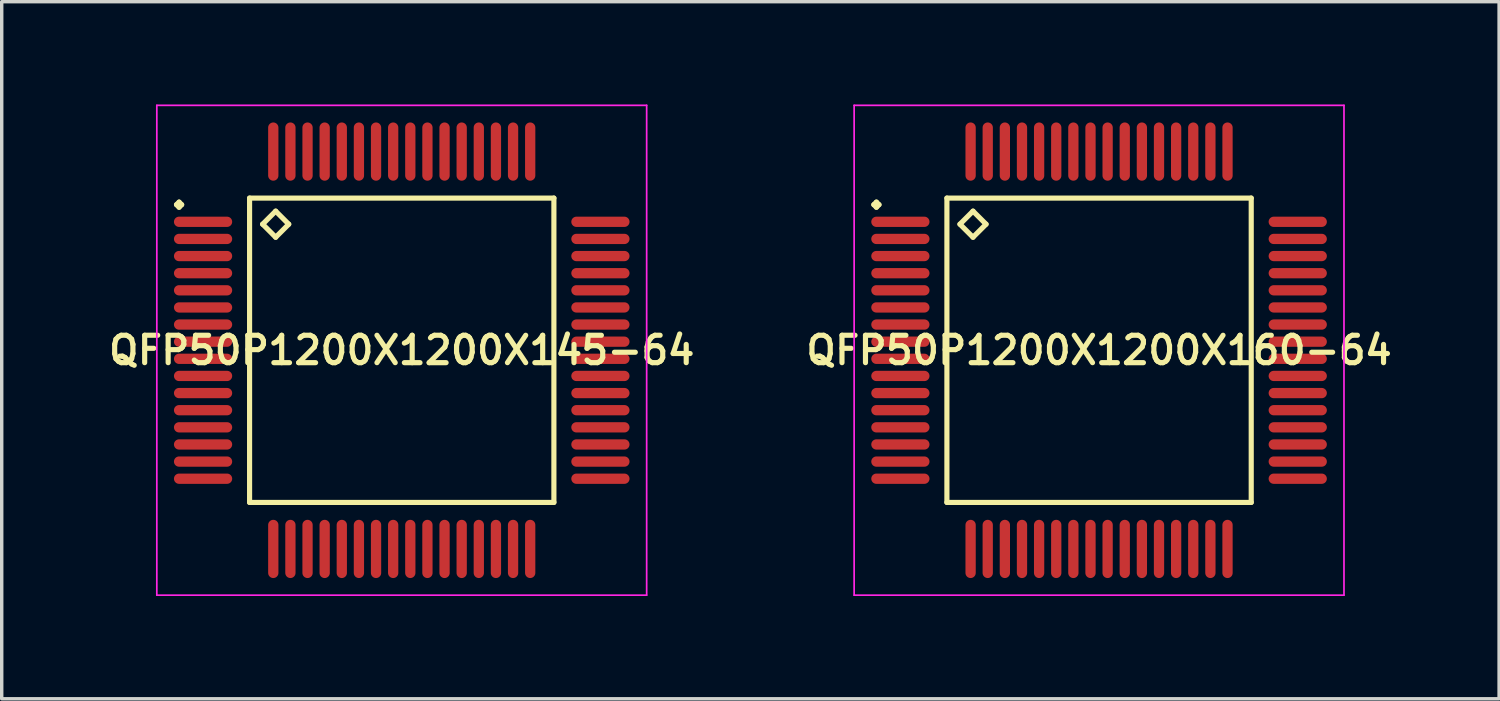
<source format=kicad_pcb>
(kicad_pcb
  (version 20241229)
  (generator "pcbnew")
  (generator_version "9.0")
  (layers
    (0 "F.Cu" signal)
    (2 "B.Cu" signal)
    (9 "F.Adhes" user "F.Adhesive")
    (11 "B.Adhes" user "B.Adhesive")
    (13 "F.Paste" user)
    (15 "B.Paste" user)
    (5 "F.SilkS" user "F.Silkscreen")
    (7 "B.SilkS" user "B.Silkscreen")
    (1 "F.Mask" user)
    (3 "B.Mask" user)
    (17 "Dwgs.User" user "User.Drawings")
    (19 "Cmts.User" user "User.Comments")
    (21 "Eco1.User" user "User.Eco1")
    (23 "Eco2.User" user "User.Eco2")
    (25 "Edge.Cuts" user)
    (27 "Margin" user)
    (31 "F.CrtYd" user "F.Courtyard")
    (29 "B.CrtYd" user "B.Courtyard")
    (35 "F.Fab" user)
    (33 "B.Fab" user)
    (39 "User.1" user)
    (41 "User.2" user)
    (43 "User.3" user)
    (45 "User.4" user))
  (footprint "QFP50P1200X1200X160-64"
    (layer "F.Cu")
    (at 29.035 7.175)
    (property "Reference" "QFP50P1200X1200X160-64" (at 0 0 0) (layer "F.SilkS") (effects (font (size 0.8 0.8) (thickness 0.15))))
    (attr smd)
    (fp_line (start -6.575 -4.25) (end -6.5 -4.325) (stroke (width 0.15) (type solid)) (layer "F.SilkS"))
    (fp_line (start -6.5 -4.325) (end -6.425 -4.25) (stroke (width 0.15) (type solid)) (layer "F.SilkS"))
    (fp_line (start -6.5 -4.175) (end -6.575 -4.25) (stroke (width 0.15) (type solid)) (layer "F.SilkS"))
    (fp_line (start -6.425 -4.25) (end -6.5 -4.175) (stroke (width 0.15) (type solid)) (layer "F.SilkS"))
    (fp_line (start -4.442 -4.442) (end -4.442 4.442) (stroke (width 0.15) (type solid)) (layer "F.SilkS"))
    (fp_line (start -4.442 4.442) (end 4.442 4.442) (stroke (width 0.15) (type solid)) (layer "F.SilkS"))
    (fp_line (start -4.061 -3.68) (end -3.68 -4.061) (stroke (width 0.15) (type solid)) (layer "F.SilkS"))
    (fp_line (start -3.68 -4.061) (end -3.299 -3.68) (stroke (width 0.15) (type solid)) (layer "F.SilkS"))
    (fp_line (start -3.68 -3.299) (end -4.061 -3.68) (stroke (width 0.15) (type solid)) (layer "F.SilkS"))
    (fp_line (start -3.299 -3.68) (end -3.68 -3.299) (stroke (width 0.15) (type solid)) (layer "F.SilkS"))
    (fp_line (start 4.442 -4.442) (end -4.442 -4.442) (stroke (width 0.15) (type solid)) (layer "F.SilkS"))
    (fp_line (start 4.442 4.442) (end 4.442 -4.442) (stroke (width 0.15) (type solid)) (layer "F.SilkS"))
    (fp_line (start -7.15 -7.15) (end 7.15 -7.15) (stroke (width 0.05) (type solid)) (layer "F.CrtYd"))
    (fp_line (start -7.15 7.15) (end -7.15 -7.15) (stroke (width 0.05) (type solid)) (layer "F.CrtYd"))
    (fp_line (start 7.15 -7.15) (end 7.15 7.15) (stroke (width 0.05) (type solid)) (layer "F.CrtYd"))
    (fp_line (start 7.15 7.15) (end -7.15 7.15) (stroke (width 0.05) (type solid)) (layer "F.CrtYd"))
    (pad "1" smd oval (at -5.8 -3.75) (size 1.7 0.3) (layers "F.Cu" "F.Mask" "F.Paste"))
    (pad "2" smd oval (at -5.8 -3.25) (size 1.7 0.3) (layers "F.Cu" "F.Mask" "F.Paste"))
    (pad "3" smd oval (at -5.8 -2.75) (size 1.7 0.3) (layers "F.Cu" "F.Mask" "F.Paste"))
    (pad "4" smd oval (at -5.8 -2.25) (size 1.7 0.3) (layers "F.Cu" "F.Mask" "F.Paste"))
    (pad "5" smd oval (at -5.8 -1.75) (size 1.7 0.3) (layers "F.Cu" "F.Mask" "F.Paste"))
    (pad "6" smd oval (at -5.8 -1.25) (size 1.7 0.3) (layers "F.Cu" "F.Mask" "F.Paste"))
    (pad "7" smd oval (at -5.8 -0.75) (size 1.7 0.3) (layers "F.Cu" "F.Mask" "F.Paste"))
    (pad "8" smd oval (at -5.8 -0.25) (size 1.7 0.3) (layers "F.Cu" "F.Mask" "F.Paste"))
    (pad "9" smd oval (at -5.8 0.25) (size 1.7 0.3) (layers "F.Cu" "F.Mask" "F.Paste"))
    (pad "10" smd oval (at -5.8 0.75) (size 1.7 0.3) (layers "F.Cu" "F.Mask" "F.Paste"))
    (pad "11" smd oval (at -5.8 1.25) (size 1.7 0.3) (layers "F.Cu" "F.Mask" "F.Paste"))
    (pad "12" smd oval (at -5.8 1.75) (size 1.7 0.3) (layers "F.Cu" "F.Mask" "F.Paste"))
    (pad "13" smd oval (at -5.8 2.25) (size 1.7 0.3) (layers "F.Cu" "F.Mask" "F.Paste"))
    (pad "14" smd oval (at -5.8 2.75) (size 1.7 0.3) (layers "F.Cu" "F.Mask" "F.Paste"))
    (pad "15" smd oval (at -5.8 3.25) (size 1.7 0.3) (layers "F.Cu" "F.Mask" "F.Paste"))
    (pad "16" smd oval (at -5.8 3.75) (size 1.7 0.3) (layers "F.Cu" "F.Mask" "F.Paste"))
    (pad "17" smd oval (at -3.75 5.8) (size 0.3 1.7) (layers "F.Cu" "F.Mask" "F.Paste"))
    (pad "18" smd oval (at -3.25 5.8) (size 0.3 1.7) (layers "F.Cu" "F.Mask" "F.Paste"))
    (pad "19" smd oval (at -2.75 5.8) (size 0.3 1.7) (layers "F.Cu" "F.Mask" "F.Paste"))
    (pad "20" smd oval (at -2.25 5.8) (size 0.3 1.7) (layers "F.Cu" "F.Mask" "F.Paste"))
    (pad "21" smd oval (at -1.75 5.8) (size 0.3 1.7) (layers "F.Cu" "F.Mask" "F.Paste"))
    (pad "22" smd oval (at -1.25 5.8) (size 0.3 1.7) (layers "F.Cu" "F.Mask" "F.Paste"))
    (pad "23" smd oval (at -0.75 5.8) (size 0.3 1.7) (layers "F.Cu" "F.Mask" "F.Paste"))
    (pad "24" smd oval (at -0.25 5.8) (size 0.3 1.7) (layers "F.Cu" "F.Mask" "F.Paste"))
    (pad "25" smd oval (at 0.25 5.8) (size 0.3 1.7) (layers "F.Cu" "F.Mask" "F.Paste"))
    (pad "26" smd oval (at 0.75 5.8) (size 0.3 1.7) (layers "F.Cu" "F.Mask" "F.Paste"))
    (pad "27" smd oval (at 1.25 5.8) (size 0.3 1.7) (layers "F.Cu" "F.Mask" "F.Paste"))
    (pad "28" smd oval (at 1.75 5.8) (size 0.3 1.7) (layers "F.Cu" "F.Mask" "F.Paste"))
    (pad "29" smd oval (at 2.25 5.8) (size 0.3 1.7) (layers "F.Cu" "F.Mask" "F.Paste"))
    (pad "30" smd oval (at 2.75 5.8) (size 0.3 1.7) (layers "F.Cu" "F.Mask" "F.Paste"))
    (pad "31" smd oval (at 3.25 5.8) (size 0.3 1.7) (layers "F.Cu" "F.Mask" "F.Paste"))
    (pad "32" smd oval (at 3.75 5.8) (size 0.3 1.7) (layers "F.Cu" "F.Mask" "F.Paste"))
    (pad "33" smd oval (at 5.8 3.75) (size 1.7 0.3) (layers "F.Cu" "F.Mask" "F.Paste"))
    (pad "34" smd oval (at 5.8 3.25) (size 1.7 0.3) (layers "F.Cu" "F.Mask" "F.Paste"))
    (pad "35" smd oval (at 5.8 2.75) (size 1.7 0.3) (layers "F.Cu" "F.Mask" "F.Paste"))
    (pad "36" smd oval (at 5.8 2.25) (size 1.7 0.3) (layers "F.Cu" "F.Mask" "F.Paste"))
    (pad "37" smd oval (at 5.8 1.75) (size 1.7 0.3) (layers "F.Cu" "F.Mask" "F.Paste"))
    (pad "38" smd oval (at 5.8 1.25) (size 1.7 0.3) (layers "F.Cu" "F.Mask" "F.Paste"))
    (pad "39" smd oval (at 5.8 0.75) (size 1.7 0.3) (layers "F.Cu" "F.Mask" "F.Paste"))
    (pad "40" smd oval (at 5.8 0.25) (size 1.7 0.3) (layers "F.Cu" "F.Mask" "F.Paste"))
    (pad "41" smd oval (at 5.8 -0.25) (size 1.7 0.3) (layers "F.Cu" "F.Mask" "F.Paste"))
    (pad "42" smd oval (at 5.8 -0.75) (size 1.7 0.3) (layers "F.Cu" "F.Mask" "F.Paste"))
    (pad "43" smd oval (at 5.8 -1.25) (size 1.7 0.3) (layers "F.Cu" "F.Mask" "F.Paste"))
    (pad "44" smd oval (at 5.8 -1.75) (size 1.7 0.3) (layers "F.Cu" "F.Mask" "F.Paste"))
    (pad "45" smd oval (at 5.8 -2.25) (size 1.7 0.3) (layers "F.Cu" "F.Mask" "F.Paste"))
    (pad "46" smd oval (at 5.8 -2.75) (size 1.7 0.3) (layers "F.Cu" "F.Mask" "F.Paste"))
    (pad "47" smd oval (at 5.8 -3.25) (size 1.7 0.3) (layers "F.Cu" "F.Mask" "F.Paste"))
    (pad "48" smd oval (at 5.8 -3.75) (size 1.7 0.3) (layers "F.Cu" "F.Mask" "F.Paste"))
    (pad "49" smd oval (at 3.75 -5.8) (size 0.3 1.7) (layers "F.Cu" "F.Mask" "F.Paste"))
    (pad "50" smd oval (at 3.25 -5.8) (size 0.3 1.7) (layers "F.Cu" "F.Mask" "F.Paste"))
    (pad "51" smd oval (at 2.75 -5.8) (size 0.3 1.7) (layers "F.Cu" "F.Mask" "F.Paste"))
    (pad "52" smd oval (at 2.25 -5.8) (size 0.3 1.7) (layers "F.Cu" "F.Mask" "F.Paste"))
    (pad "53" smd oval (at 1.75 -5.8) (size 0.3 1.7) (layers "F.Cu" "F.Mask" "F.Paste"))
    (pad "54" smd oval (at 1.25 -5.8) (size 0.3 1.7) (layers "F.Cu" "F.Mask" "F.Paste"))
    (pad "55" smd oval (at 0.75 -5.8) (size 0.3 1.7) (layers "F.Cu" "F.Mask" "F.Paste"))
    (pad "56" smd oval (at 0.25 -5.8) (size 0.3 1.7) (layers "F.Cu" "F.Mask" "F.Paste"))
    (pad "57" smd oval (at -0.25 -5.8) (size 0.3 1.7) (layers "F.Cu" "F.Mask" "F.Paste"))
    (pad "58" smd oval (at -0.75 -5.8) (size 0.3 1.7) (layers "F.Cu" "F.Mask" "F.Paste"))
    (pad "59" smd oval (at -1.25 -5.8) (size 0.3 1.7) (layers "F.Cu" "F.Mask" "F.Paste"))
    (pad "60" smd oval (at -1.75 -5.8) (size 0.3 1.7) (layers "F.Cu" "F.Mask" "F.Paste"))
    (pad "61" smd oval (at -2.25 -5.8) (size 0.3 1.7) (layers "F.Cu" "F.Mask" "F.Paste"))
    (pad "62" smd oval (at -2.75 -5.8) (size 0.3 1.7) (layers "F.Cu" "F.Mask" "F.Paste"))
    (pad "63" smd oval (at -3.25 -5.8) (size 0.3 1.7) (layers "F.Cu" "F.Mask" "F.Paste"))
    (pad "64" smd oval (at -3.75 -5.8) (size 0.3 1.7) (layers "F.Cu" "F.Mask" "F.Paste")))
  (footprint "QFP50P1200X1200X145-64"
    (layer "F.Cu")
    (at 8.678 7.175)
    (property "Reference" "QFP50P1200X1200X145-64" (at 0 0 0) (layer "F.SilkS") (effects (font (size 0.8 0.8) (thickness 0.15))))
    (attr smd)
    (fp_line (start -6.575 -4.25) (end -6.5 -4.325) (stroke (width 0.15) (type solid)) (layer "F.SilkS"))
    (fp_line (start -6.5 -4.325) (end -6.425 -4.25) (stroke (width 0.15) (type solid)) (layer "F.SilkS"))
    (fp_line (start -6.5 -4.175) (end -6.575 -4.25) (stroke (width 0.15) (type solid)) (layer "F.SilkS"))
    (fp_line (start -6.425 -4.25) (end -6.5 -4.175) (stroke (width 0.15) (type solid)) (layer "F.SilkS"))
    (fp_line (start -4.442 -4.442) (end -4.442 4.442) (stroke (width 0.15) (type solid)) (layer "F.SilkS"))
    (fp_line (start -4.442 4.442) (end 4.442 4.442) (stroke (width 0.15) (type solid)) (layer "F.SilkS"))
    (fp_line (start -4.061 -3.68) (end -3.68 -4.061) (stroke (width 0.15) (type solid)) (layer "F.SilkS"))
    (fp_line (start -3.68 -4.061) (end -3.299 -3.68) (stroke (width 0.15) (type solid)) (layer "F.SilkS"))
    (fp_line (start -3.68 -3.299) (end -4.061 -3.68) (stroke (width 0.15) (type solid)) (layer "F.SilkS"))
    (fp_line (start -3.299 -3.68) (end -3.68 -3.299) (stroke (width 0.15) (type solid)) (layer "F.SilkS"))
    (fp_line (start 4.442 -4.442) (end -4.442 -4.442) (stroke (width 0.15) (type solid)) (layer "F.SilkS"))
    (fp_line (start 4.442 4.442) (end 4.442 -4.442) (stroke (width 0.15) (type solid)) (layer "F.SilkS"))
    (fp_line (start -7.15 -7.15) (end 7.15 -7.15) (stroke (width 0.05) (type solid)) (layer "F.CrtYd"))
    (fp_line (start -7.15 7.15) (end -7.15 -7.15) (stroke (width 0.05) (type solid)) (layer "F.CrtYd"))
    (fp_line (start 7.15 -7.15) (end 7.15 7.15) (stroke (width 0.05) (type solid)) (layer "F.CrtYd"))
    (fp_line (start 7.15 7.15) (end -7.15 7.15) (stroke (width 0.05) (type solid)) (layer "F.CrtYd"))
    (pad "1" smd oval (at -5.8 -3.75) (size 1.7 0.3) (layers "F.Cu" "F.Mask" "F.Paste"))
    (pad "2" smd oval (at -5.8 -3.25) (size 1.7 0.3) (layers "F.Cu" "F.Mask" "F.Paste"))
    (pad "3" smd oval (at -5.8 -2.75) (size 1.7 0.3) (layers "F.Cu" "F.Mask" "F.Paste"))
    (pad "4" smd oval (at -5.8 -2.25) (size 1.7 0.3) (layers "F.Cu" "F.Mask" "F.Paste"))
    (pad "5" smd oval (at -5.8 -1.75) (size 1.7 0.3) (layers "F.Cu" "F.Mask" "F.Paste"))
    (pad "6" smd oval (at -5.8 -1.25) (size 1.7 0.3) (layers "F.Cu" "F.Mask" "F.Paste"))
    (pad "7" smd oval (at -5.8 -0.75) (size 1.7 0.3) (layers "F.Cu" "F.Mask" "F.Paste"))
    (pad "8" smd oval (at -5.8 -0.25) (size 1.7 0.3) (layers "F.Cu" "F.Mask" "F.Paste"))
    (pad "9" smd oval (at -5.8 0.25) (size 1.7 0.3) (layers "F.Cu" "F.Mask" "F.Paste"))
    (pad "10" smd oval (at -5.8 0.75) (size 1.7 0.3) (layers "F.Cu" "F.Mask" "F.Paste"))
    (pad "11" smd oval (at -5.8 1.25) (size 1.7 0.3) (layers "F.Cu" "F.Mask" "F.Paste"))
    (pad "12" smd oval (at -5.8 1.75) (size 1.7 0.3) (layers "F.Cu" "F.Mask" "F.Paste"))
    (pad "13" smd oval (at -5.8 2.25) (size 1.7 0.3) (layers "F.Cu" "F.Mask" "F.Paste"))
    (pad "14" smd oval (at -5.8 2.75) (size 1.7 0.3) (layers "F.Cu" "F.Mask" "F.Paste"))
    (pad "15" smd oval (at -5.8 3.25) (size 1.7 0.3) (layers "F.Cu" "F.Mask" "F.Paste"))
    (pad "16" smd oval (at -5.8 3.75) (size 1.7 0.3) (layers "F.Cu" "F.Mask" "F.Paste"))
    (pad "17" smd oval (at -3.75 5.8) (size 0.3 1.7) (layers "F.Cu" "F.Mask" "F.Paste"))
    (pad "18" smd oval (at -3.25 5.8) (size 0.3 1.7) (layers "F.Cu" "F.Mask" "F.Paste"))
    (pad "19" smd oval (at -2.75 5.8) (size 0.3 1.7) (layers "F.Cu" "F.Mask" "F.Paste"))
    (pad "20" smd oval (at -2.25 5.8) (size 0.3 1.7) (layers "F.Cu" "F.Mask" "F.Paste"))
    (pad "21" smd oval (at -1.75 5.8) (size 0.3 1.7) (layers "F.Cu" "F.Mask" "F.Paste"))
    (pad "22" smd oval (at -1.25 5.8) (size 0.3 1.7) (layers "F.Cu" "F.Mask" "F.Paste"))
    (pad "23" smd oval (at -0.75 5.8) (size 0.3 1.7) (layers "F.Cu" "F.Mask" "F.Paste"))
    (pad "24" smd oval (at -0.25 5.8) (size 0.3 1.7) (layers "F.Cu" "F.Mask" "F.Paste"))
    (pad "25" smd oval (at 0.25 5.8) (size 0.3 1.7) (layers "F.Cu" "F.Mask" "F.Paste"))
    (pad "26" smd oval (at 0.75 5.8) (size 0.3 1.7) (layers "F.Cu" "F.Mask" "F.Paste"))
    (pad "27" smd oval (at 1.25 5.8) (size 0.3 1.7) (layers "F.Cu" "F.Mask" "F.Paste"))
    (pad "28" smd oval (at 1.75 5.8) (size 0.3 1.7) (layers "F.Cu" "F.Mask" "F.Paste"))
    (pad "29" smd oval (at 2.25 5.8) (size 0.3 1.7) (layers "F.Cu" "F.Mask" "F.Paste"))
    (pad "30" smd oval (at 2.75 5.8) (size 0.3 1.7) (layers "F.Cu" "F.Mask" "F.Paste"))
    (pad "31" smd oval (at 3.25 5.8) (size 0.3 1.7) (layers "F.Cu" "F.Mask" "F.Paste"))
    (pad "32" smd oval (at 3.75 5.8) (size 0.3 1.7) (layers "F.Cu" "F.Mask" "F.Paste"))
    (pad "33" smd oval (at 5.8 3.75) (size 1.7 0.3) (layers "F.Cu" "F.Mask" "F.Paste"))
    (pad "34" smd oval (at 5.8 3.25) (size 1.7 0.3) (layers "F.Cu" "F.Mask" "F.Paste"))
    (pad "35" smd oval (at 5.8 2.75) (size 1.7 0.3) (layers "F.Cu" "F.Mask" "F.Paste"))
    (pad "36" smd oval (at 5.8 2.25) (size 1.7 0.3) (layers "F.Cu" "F.Mask" "F.Paste"))
    (pad "37" smd oval (at 5.8 1.75) (size 1.7 0.3) (layers "F.Cu" "F.Mask" "F.Paste"))
    (pad "38" smd oval (at 5.8 1.25) (size 1.7 0.3) (layers "F.Cu" "F.Mask" "F.Paste"))
    (pad "39" smd oval (at 5.8 0.75) (size 1.7 0.3) (layers "F.Cu" "F.Mask" "F.Paste"))
    (pad "40" smd oval (at 5.8 0.25) (size 1.7 0.3) (layers "F.Cu" "F.Mask" "F.Paste"))
    (pad "41" smd oval (at 5.8 -0.25) (size 1.7 0.3) (layers "F.Cu" "F.Mask" "F.Paste"))
    (pad "42" smd oval (at 5.8 -0.75) (size 1.7 0.3) (layers "F.Cu" "F.Mask" "F.Paste"))
    (pad "43" smd oval (at 5.8 -1.25) (size 1.7 0.3) (layers "F.Cu" "F.Mask" "F.Paste"))
    (pad "44" smd oval (at 5.8 -1.75) (size 1.7 0.3) (layers "F.Cu" "F.Mask" "F.Paste"))
    (pad "45" smd oval (at 5.8 -2.25) (size 1.7 0.3) (layers "F.Cu" "F.Mask" "F.Paste"))
    (pad "46" smd oval (at 5.8 -2.75) (size 1.7 0.3) (layers "F.Cu" "F.Mask" "F.Paste"))
    (pad "47" smd oval (at 5.8 -3.25) (size 1.7 0.3) (layers "F.Cu" "F.Mask" "F.Paste"))
    (pad "48" smd oval (at 5.8 -3.75) (size 1.7 0.3) (layers "F.Cu" "F.Mask" "F.Paste"))
    (pad "49" smd oval (at 3.75 -5.8) (size 0.3 1.7) (layers "F.Cu" "F.Mask" "F.Paste"))
    (pad "50" smd oval (at 3.25 -5.8) (size 0.3 1.7) (layers "F.Cu" "F.Mask" "F.Paste"))
    (pad "51" smd oval (at 2.75 -5.8) (size 0.3 1.7) (layers "F.Cu" "F.Mask" "F.Paste"))
    (pad "52" smd oval (at 2.25 -5.8) (size 0.3 1.7) (layers "F.Cu" "F.Mask" "F.Paste"))
    (pad "53" smd oval (at 1.75 -5.8) (size 0.3 1.7) (layers "F.Cu" "F.Mask" "F.Paste"))
    (pad "54" smd oval (at 1.25 -5.8) (size 0.3 1.7) (layers "F.Cu" "F.Mask" "F.Paste"))
    (pad "55" smd oval (at 0.75 -5.8) (size 0.3 1.7) (layers "F.Cu" "F.Mask" "F.Paste"))
    (pad "56" smd oval (at 0.25 -5.8) (size 0.3 1.7) (layers "F.Cu" "F.Mask" "F.Paste"))
    (pad "57" smd oval (at -0.25 -5.8) (size 0.3 1.7) (layers "F.Cu" "F.Mask" "F.Paste"))
    (pad "58" smd oval (at -0.75 -5.8) (size 0.3 1.7) (layers "F.Cu" "F.Mask" "F.Paste"))
    (pad "59" smd oval (at -1.25 -5.8) (size 0.3 1.7) (layers "F.Cu" "F.Mask" "F.Paste"))
    (pad "60" smd oval (at -1.75 -5.8) (size 0.3 1.7) (layers "F.Cu" "F.Mask" "F.Paste"))
    (pad "61" smd oval (at -2.25 -5.8) (size 0.3 1.7) (layers "F.Cu" "F.Mask" "F.Paste"))
    (pad "62" smd oval (at -2.75 -5.8) (size 0.3 1.7) (layers "F.Cu" "F.Mask" "F.Paste"))
    (pad "63" smd oval (at -3.25 -5.8) (size 0.3 1.7) (layers "F.Cu" "F.Mask" "F.Paste"))
    (pad "64" smd oval (at -3.75 -5.8) (size 0.3 1.7) (layers "F.Cu" "F.Mask" "F.Paste")))
  (gr_rect
    (start -3 -3)
    (end 40.713 17.35)
    (stroke (width 0.1) (type default))
    (fill no)
    (layer "Edge.Cuts")))
</source>
